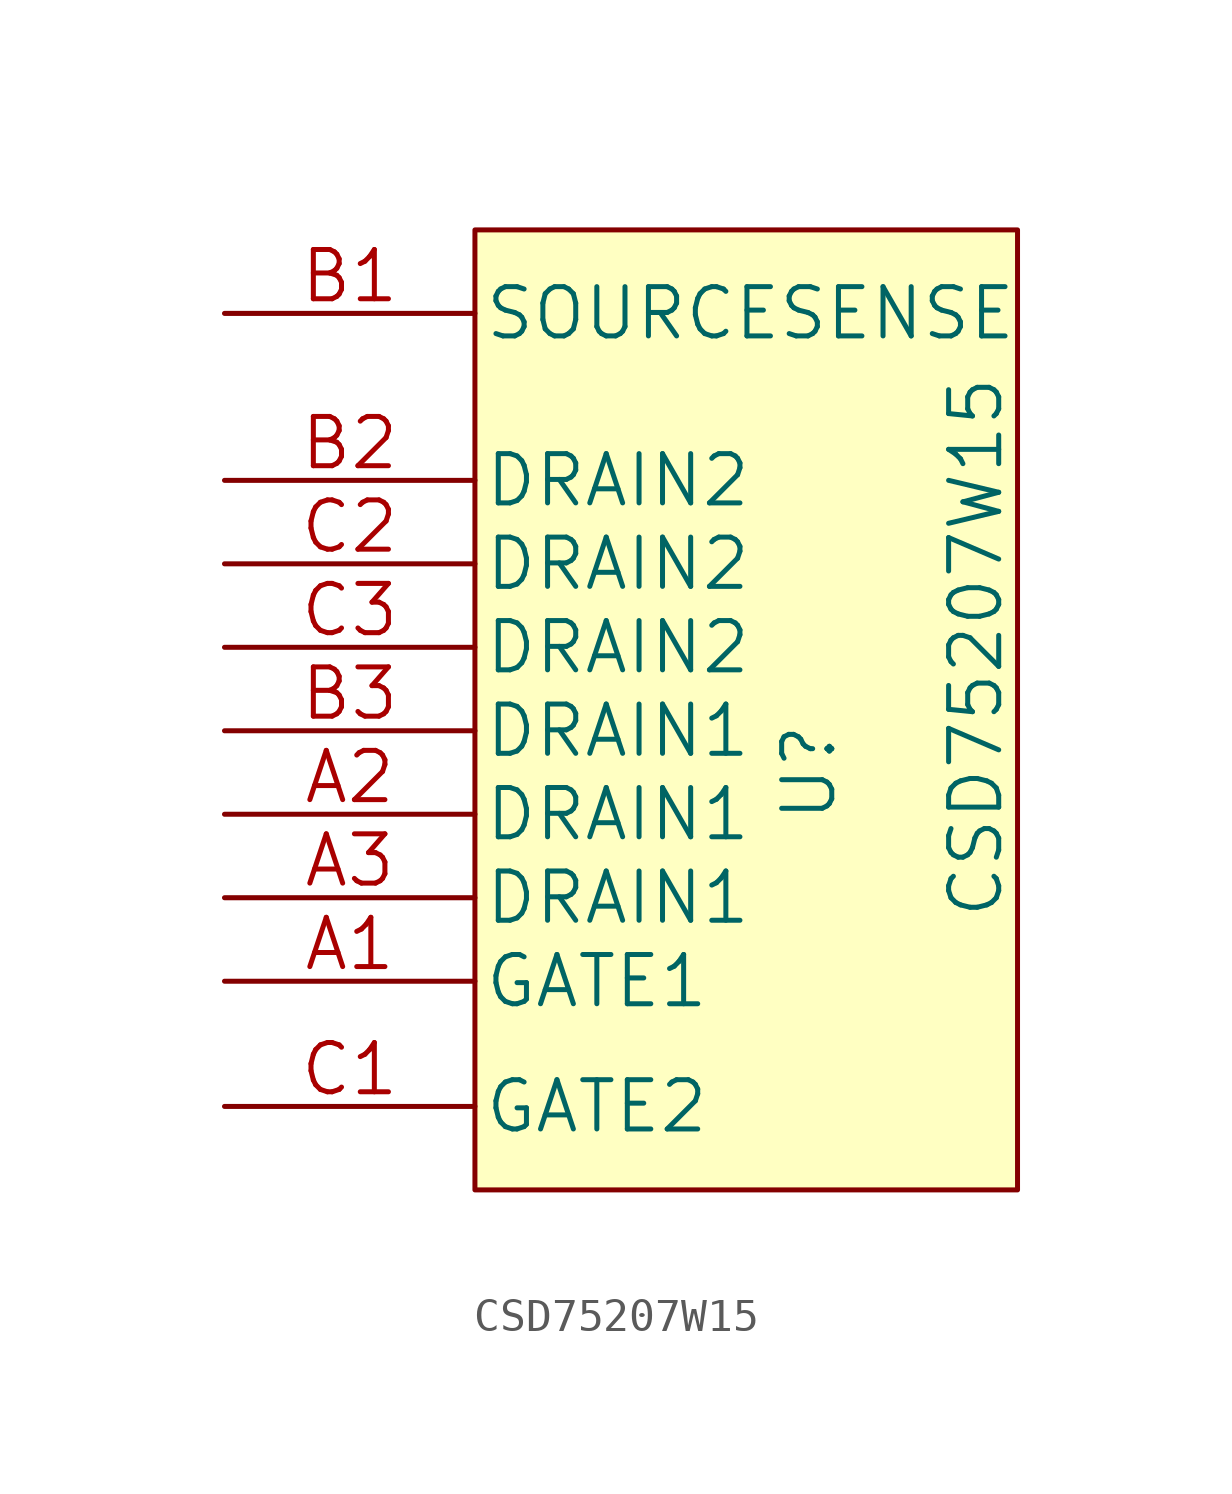
<source format=kicad_sym>
(kicad_symbol_lib
  (version 20201005)
  (generator kicad_symbol_editor)
  (symbol "csd75207w15:CSD75207W15"
    (pin_names
      (offset 0.254))
    (property "Reference" "U"
      (at 15.24 -1.27 90)
      (effects (font (size 1.524 1.524))))
    (property "Value" "CSD75207W15"
      (at 20.32 2.54 90)
      (effects (font (size 1.524 1.524))))
    (property "Datasheet" ""
      (at -1.27 3.81 0)
      (effects (font (size 1.524 1.524))))
    (property "ki_locked" ""
      (at 0 0 0)
      (effects (font (size 1.27 1.27))))
    (symbol "CSD75207W15_1_1"
      (rectangle (start 5.08 15.24) (end 21.59 -13.97) (stroke (width 0.152)) (fill (type background)))
      (pin unspecified line (at -2.54 -7.62 0) (length 7.62) (name "GATE1" (effects (font (size 1.499 1.499)))) (number "A1" (effects (font (size 1.499 1.499)))))
      (pin unspecified line (at -2.54 -2.54 0) (length 7.62) (name "DRAIN1" (effects (font (size 1.499 1.499)))) (number "A2" (effects (font (size 1.499 1.499)))))
      (pin unspecified line (at -2.54 -5.08 0) (length 7.62) (name "DRAIN1" (effects (font (size 1.499 1.499)))) (number "A3" (effects (font (size 1.499 1.499)))))
      (pin unspecified line (at -2.54 12.7 0) (length 7.62) (name "SOURCESENSE" (effects (font (size 1.499 1.499)))) (number "B1" (effects (font (size 1.499 1.499)))))
      (pin unspecified line (at -2.54 7.62 0) (length 7.62) (name "DRAIN2" (effects (font (size 1.499 1.499)))) (number "B2" (effects (font (size 1.499 1.499)))))
      (pin unspecified line (at -2.54 0 0) (length 7.62) (name "DRAIN1" (effects (font (size 1.499 1.499)))) (number "B3" (effects (font (size 1.499 1.499)))))
      (pin unspecified line (at -2.54 -11.43 0) (length 7.62) (name "GATE2" (effects (font (size 1.499 1.499)))) (number "C1" (effects (font (size 1.499 1.499)))))
      (pin unspecified line (at -2.54 5.08 0) (length 7.62) (name "DRAIN2" (effects (font (size 1.499 1.499)))) (number "C2" (effects (font (size 1.499 1.499)))))
      (pin unspecified line (at -2.54 2.54 0) (length 7.62) (name "DRAIN2" (effects (font (size 1.499 1.499)))) (number "C3" (effects (font (size 1.499 1.499))))))))
</source>
